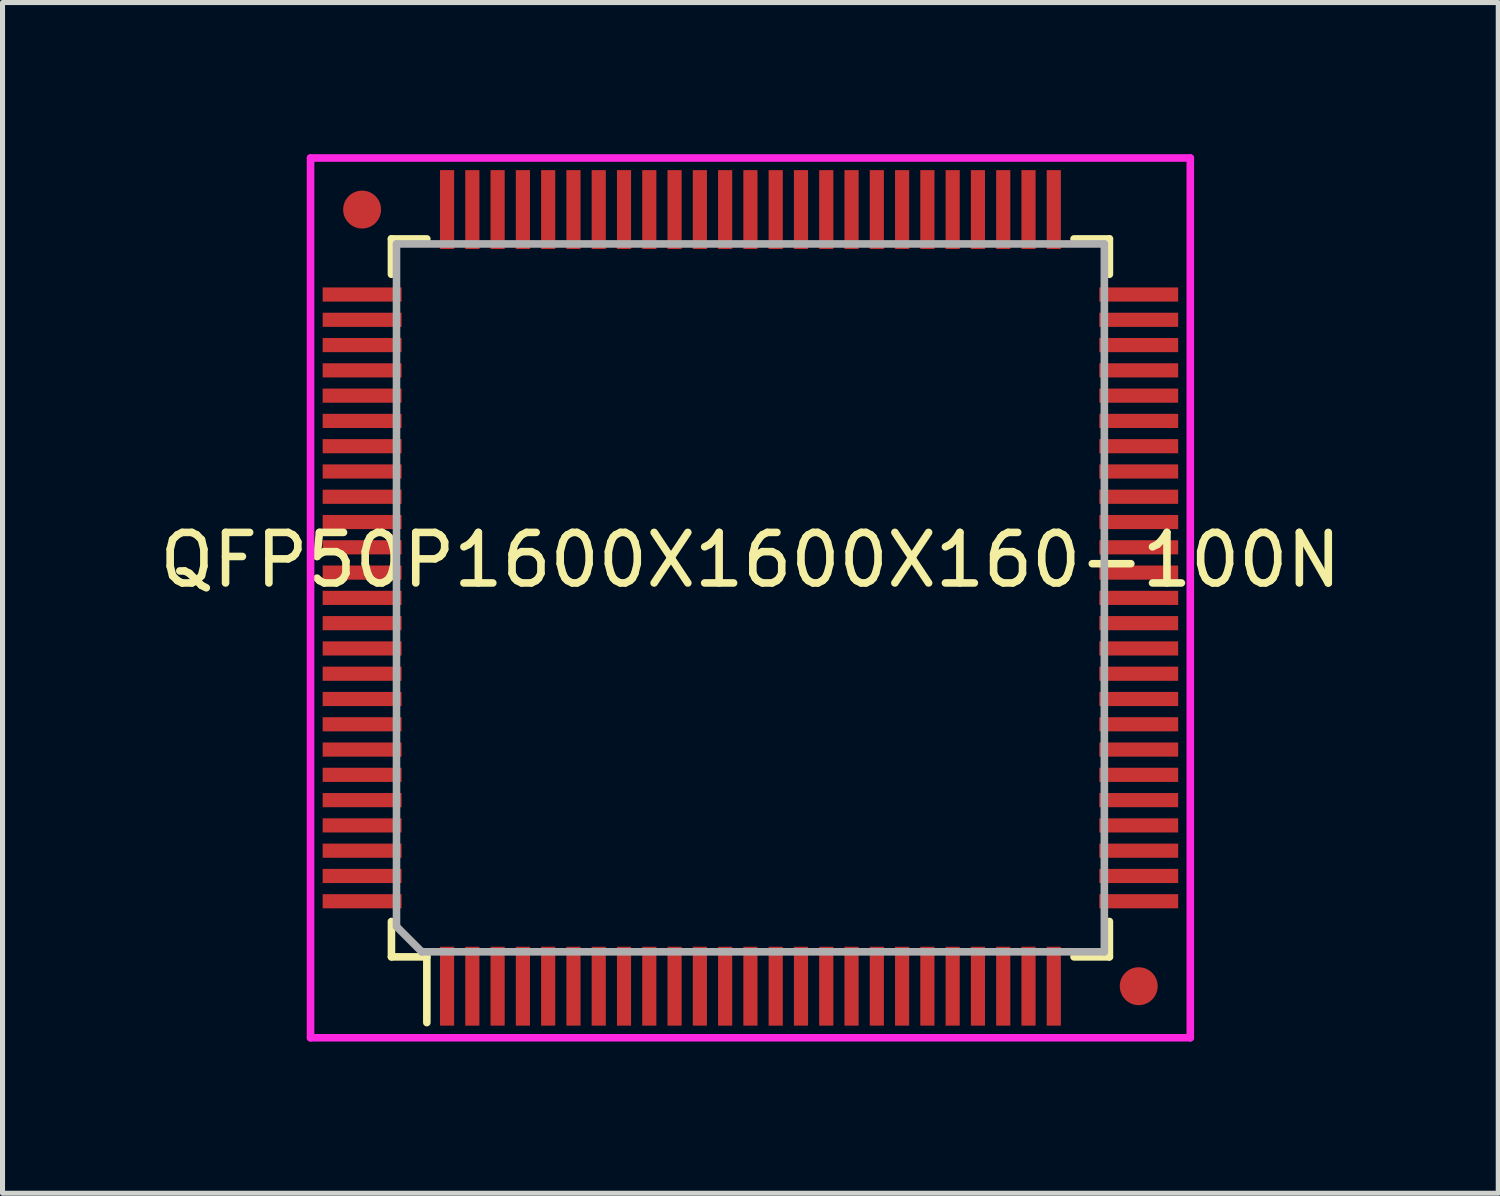
<source format=kicad_pcb>
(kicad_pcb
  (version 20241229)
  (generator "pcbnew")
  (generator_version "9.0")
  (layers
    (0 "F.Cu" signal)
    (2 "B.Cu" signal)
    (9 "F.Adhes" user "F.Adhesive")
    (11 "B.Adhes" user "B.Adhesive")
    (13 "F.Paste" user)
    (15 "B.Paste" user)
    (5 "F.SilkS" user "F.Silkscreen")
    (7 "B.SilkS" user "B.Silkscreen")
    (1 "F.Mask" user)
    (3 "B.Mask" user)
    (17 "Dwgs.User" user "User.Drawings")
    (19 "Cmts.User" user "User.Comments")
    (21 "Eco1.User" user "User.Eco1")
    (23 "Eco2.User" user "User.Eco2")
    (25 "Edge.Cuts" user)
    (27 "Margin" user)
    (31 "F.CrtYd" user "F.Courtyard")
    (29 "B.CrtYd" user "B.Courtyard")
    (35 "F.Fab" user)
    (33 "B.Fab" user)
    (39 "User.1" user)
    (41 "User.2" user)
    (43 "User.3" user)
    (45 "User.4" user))
  (footprint "QFP50P1600X1600X160-100N"
    (layer "F.Cu")
    (at 11.792 8.775)
    (property "Reference" "QFP50P1600X1600X160-100N" (at 0 -0.75 0) (layer "F.SilkS") (effects (font (size 1 1) (thickness 0.15))))
    (attr through_hole)
    (fp_line (start -7.1 -7.1) (end -7.1 -6.4) (stroke (width 0.15) (type solid)) (layer "F.SilkS"))
    (fp_line (start -7.1 6.4) (end -7.1 7.1) (stroke (width 0.15) (type solid)) (layer "F.SilkS"))
    (fp_line (start -7.1 7.1) (end -6.4 7.1) (stroke (width 0.15) (type solid)) (layer "F.SilkS"))
    (fp_line (start -6.4 -7.1) (end -7.1 -7.1) (stroke (width 0.15) (type solid)) (layer "F.SilkS"))
    (fp_line (start -6.4 7.1) (end -6.4 8.4) (stroke (width 0.15) (type solid)) (layer "F.SilkS"))
    (fp_line (start 6.4 -7.1) (end 7.1 -7.1) (stroke (width 0.15) (type solid)) (layer "F.SilkS"))
    (fp_line (start 6.4 7.1) (end 7.1 7.1) (stroke (width 0.15) (type solid)) (layer "F.SilkS"))
    (fp_line (start 7.1 -7.1) (end 7.1 -6.4) (stroke (width 0.15) (type solid)) (layer "F.SilkS"))
    (fp_line (start 7.1 7.1) (end 7.1 6.4) (stroke (width 0.15) (type solid)) (layer "F.SilkS"))
    (fp_line (start -8.7 -8.7) (end -8.7 8.7) (stroke (width 0.15) (type solid)) (layer "F.CrtYd"))
    (fp_line (start -8.7 8.7) (end 8.7 8.7) (stroke (width 0.15) (type solid)) (layer "F.CrtYd"))
    (fp_line (start 8.7 -8.7) (end -8.7 -8.7) (stroke (width 0.15) (type solid)) (layer "F.CrtYd"))
    (fp_line (start 8.7 8.7) (end 8.7 -8.7) (stroke (width 0.15) (type solid)) (layer "F.CrtYd"))
    (fp_line (start -7 -7) (end -7 6.5) (stroke (width 0.15) (type solid)) (layer "F.Fab"))
    (fp_line (start -7 6.5) (end -6.5 7) (stroke (width 0.15) (type solid)) (layer "F.Fab"))
    (fp_line (start -6.5 7) (end 7 7) (stroke (width 0.15) (type solid)) (layer "F.Fab"))
    (fp_line (start 7 -7) (end -7 -7) (stroke (width 0.15) (type solid)) (layer "F.Fab"))
    (fp_line (start 7 7) (end 7 -7) (stroke (width 0.15) (type solid)) (layer "F.Fab"))
    (pad "1" smd rect (at -6 7.68 90) (size 1.56 0.28) (layers "F.Cu" "F.Mask" "F.Paste"))
    (pad "2" smd rect (at -5.5 7.68 90) (size 1.56 0.28) (layers "F.Cu" "F.Mask" "F.Paste"))
    (pad "3" smd rect (at -5 7.68 90) (size 1.56 0.28) (layers "F.Cu" "F.Mask" "F.Paste"))
    (pad "4" smd rect (at -4.5 7.68 90) (size 1.56 0.28) (layers "F.Cu" "F.Mask" "F.Paste"))
    (pad "5" smd rect (at -4 7.68 90) (size 1.56 0.28) (layers "F.Cu" "F.Mask" "F.Paste"))
    (pad "6" smd rect (at -3.5 7.68 90) (size 1.56 0.28) (layers "F.Cu" "F.Mask" "F.Paste"))
    (pad "7" smd rect (at -3 7.68 90) (size 1.56 0.28) (layers "F.Cu" "F.Mask" "F.Paste"))
    (pad "8" smd rect (at -2.5 7.68 90) (size 1.56 0.28) (layers "F.Cu" "F.Mask" "F.Paste"))
    (pad "9" smd rect (at -2 7.68 90) (size 1.56 0.28) (layers "F.Cu" "F.Mask" "F.Paste"))
    (pad "10" smd rect (at -1.5 7.68 90) (size 1.56 0.28) (layers "F.Cu" "F.Mask" "F.Paste"))
    (pad "11" smd rect (at -1 7.68 90) (size 1.56 0.28) (layers "F.Cu" "F.Mask" "F.Paste"))
    (pad "12" smd rect (at -0.5 7.68 90) (size 1.56 0.28) (layers "F.Cu" "F.Mask" "F.Paste"))
    (pad "13" smd rect (at 0 7.68 90) (size 1.56 0.28) (layers "F.Cu" "F.Mask" "F.Paste"))
    (pad "14" smd rect (at 0.5 7.68 90) (size 1.56 0.28) (layers "F.Cu" "F.Mask" "F.Paste"))
    (pad "15" smd rect (at 1 7.68 90) (size 1.56 0.28) (layers "F.Cu" "F.Mask" "F.Paste"))
    (pad "16" smd rect (at 1.5 7.68 90) (size 1.56 0.28) (layers "F.Cu" "F.Mask" "F.Paste"))
    (pad "17" smd rect (at 2 7.68 90) (size 1.56 0.28) (layers "F.Cu" "F.Mask" "F.Paste"))
    (pad "18" smd rect (at 2.5 7.68 90) (size 1.56 0.28) (layers "F.Cu" "F.Mask" "F.Paste"))
    (pad "19" smd rect (at 3 7.68 90) (size 1.56 0.28) (layers "F.Cu" "F.Mask" "F.Paste"))
    (pad "20" smd rect (at 3.5 7.68 90) (size 1.56 0.28) (layers "F.Cu" "F.Mask" "F.Paste"))
    (pad "21" smd rect (at 4 7.68 90) (size 1.56 0.28) (layers "F.Cu" "F.Mask" "F.Paste"))
    (pad "22" smd rect (at 4.5 7.68 90) (size 1.56 0.28) (layers "F.Cu" "F.Mask" "F.Paste"))
    (pad "23" smd rect (at 5 7.68 90) (size 1.56 0.28) (layers "F.Cu" "F.Mask" "F.Paste"))
    (pad "24" smd rect (at 5.5 7.68 90) (size 1.56 0.28) (layers "F.Cu" "F.Mask" "F.Paste"))
    (pad "25" smd rect (at 6 7.68 90) (size 1.56 0.28) (layers "F.Cu" "F.Mask" "F.Paste"))
    (pad "26" smd rect (at 7.68 6) (size 1.56 0.28) (layers "F.Cu" "F.Mask" "F.Paste"))
    (pad "27" smd rect (at 7.68 5.5) (size 1.56 0.28) (layers "F.Cu" "F.Mask" "F.Paste"))
    (pad "28" smd rect (at 7.68 5) (size 1.56 0.28) (layers "F.Cu" "F.Mask" "F.Paste"))
    (pad "29" smd rect (at 7.68 4.5) (size 1.56 0.28) (layers "F.Cu" "F.Mask" "F.Paste"))
    (pad "30" smd rect (at 7.68 4) (size 1.56 0.28) (layers "F.Cu" "F.Mask" "F.Paste"))
    (pad "31" smd rect (at 7.68 3.5) (size 1.56 0.28) (layers "F.Cu" "F.Mask" "F.Paste"))
    (pad "32" smd rect (at 7.68 3) (size 1.56 0.28) (layers "F.Cu" "F.Mask" "F.Paste"))
    (pad "33" smd rect (at 7.68 2.5) (size 1.56 0.28) (layers "F.Cu" "F.Mask" "F.Paste"))
    (pad "34" smd rect (at 7.68 2) (size 1.56 0.28) (layers "F.Cu" "F.Mask" "F.Paste"))
    (pad "35" smd rect (at 7.68 1.5) (size 1.56 0.28) (layers "F.Cu" "F.Mask" "F.Paste"))
    (pad "36" smd rect (at 7.68 1) (size 1.56 0.28) (layers "F.Cu" "F.Mask" "F.Paste"))
    (pad "37" smd rect (at 7.68 0.5) (size 1.56 0.28) (layers "F.Cu" "F.Mask" "F.Paste"))
    (pad "38" smd rect (at 7.68 0) (size 1.56 0.28) (layers "F.Cu" "F.Mask" "F.Paste"))
    (pad "39" smd rect (at 7.68 -0.5) (size 1.56 0.28) (layers "F.Cu" "F.Mask" "F.Paste"))
    (pad "40" smd rect (at 7.68 -1) (size 1.56 0.28) (layers "F.Cu" "F.Mask" "F.Paste"))
    (pad "41" smd rect (at 7.68 -1.5) (size 1.56 0.28) (layers "F.Cu" "F.Mask" "F.Paste"))
    (pad "42" smd rect (at 7.68 -2) (size 1.56 0.28) (layers "F.Cu" "F.Mask" "F.Paste"))
    (pad "43" smd rect (at 7.68 -2.5) (size 1.56 0.28) (layers "F.Cu" "F.Mask" "F.Paste"))
    (pad "44" smd rect (at 7.68 -3) (size 1.56 0.28) (layers "F.Cu" "F.Mask" "F.Paste"))
    (pad "45" smd rect (at 7.68 -3.5) (size 1.56 0.28) (layers "F.Cu" "F.Mask" "F.Paste"))
    (pad "46" smd rect (at 7.68 -4) (size 1.56 0.28) (layers "F.Cu" "F.Mask" "F.Paste"))
    (pad "47" smd rect (at 7.68 -4.5) (size 1.56 0.28) (layers "F.Cu" "F.Mask" "F.Paste"))
    (pad "48" smd rect (at 7.68 -5) (size 1.56 0.28) (layers "F.Cu" "F.Mask" "F.Paste"))
    (pad "49" smd rect (at 7.68 -5.5) (size 1.56 0.28) (layers "F.Cu" "F.Mask" "F.Paste"))
    (pad "50" smd rect (at 7.68 -6) (size 1.56 0.28) (layers "F.Cu" "F.Mask" "F.Paste"))
    (pad "51" smd rect (at 6 -7.68 270) (size 1.56 0.28) (layers "F.Cu" "F.Mask" "F.Paste"))
    (pad "52" smd rect (at 5.5 -7.68 270) (size 1.56 0.28) (layers "F.Cu" "F.Mask" "F.Paste"))
    (pad "53" smd rect (at 5 -7.68 270) (size 1.56 0.28) (layers "F.Cu" "F.Mask" "F.Paste"))
    (pad "54" smd rect (at 4.5 -7.68 270) (size 1.56 0.28) (layers "F.Cu" "F.Mask" "F.Paste"))
    (pad "55" smd rect (at 4 -7.68 270) (size 1.56 0.28) (layers "F.Cu" "F.Mask" "F.Paste"))
    (pad "56" smd rect (at 3.5 -7.68 270) (size 1.56 0.28) (layers "F.Cu" "F.Mask" "F.Paste"))
    (pad "57" smd rect (at 3 -7.68 270) (size 1.56 0.28) (layers "F.Cu" "F.Mask" "F.Paste"))
    (pad "58" smd rect (at 2.5 -7.68 270) (size 1.56 0.28) (layers "F.Cu" "F.Mask" "F.Paste"))
    (pad "59" smd rect (at 2 -7.68 270) (size 1.56 0.28) (layers "F.Cu" "F.Mask" "F.Paste"))
    (pad "60" smd rect (at 1.5 -7.68 270) (size 1.56 0.28) (layers "F.Cu" "F.Mask" "F.Paste"))
    (pad "61" smd rect (at 1 -7.68 270) (size 1.56 0.28) (layers "F.Cu" "F.Mask" "F.Paste"))
    (pad "62" smd rect (at 0.5 -7.68 270) (size 1.56 0.28) (layers "F.Cu" "F.Mask" "F.Paste"))
    (pad "63" smd rect (at 0 -7.68 270) (size 1.56 0.28) (layers "F.Cu" "F.Mask" "F.Paste"))
    (pad "64" smd rect (at -0.5 -7.68 270) (size 1.56 0.28) (layers "F.Cu" "F.Mask" "F.Paste"))
    (pad "65" smd rect (at -1 -7.68 270) (size 1.56 0.28) (layers "F.Cu" "F.Mask" "F.Paste"))
    (pad "66" smd rect (at -1.5 -7.68 270) (size 1.56 0.28) (layers "F.Cu" "F.Mask" "F.Paste"))
    (pad "67" smd rect (at -2 -7.68 270) (size 1.56 0.28) (layers "F.Cu" "F.Mask" "F.Paste"))
    (pad "68" smd rect (at -2.5 -7.68 270) (size 1.56 0.28) (layers "F.Cu" "F.Mask" "F.Paste"))
    (pad "69" smd rect (at -3 -7.68 270) (size 1.56 0.28) (layers "F.Cu" "F.Mask" "F.Paste"))
    (pad "70" smd rect (at -3.5 -7.68 270) (size 1.56 0.28) (layers "F.Cu" "F.Mask" "F.Paste"))
    (pad "71" smd rect (at -4 -7.68 270) (size 1.56 0.28) (layers "F.Cu" "F.Mask" "F.Paste"))
    (pad "72" smd rect (at -4.5 -7.68 270) (size 1.56 0.28) (layers "F.Cu" "F.Mask" "F.Paste"))
    (pad "73" smd rect (at -5 -7.68 270) (size 1.56 0.28) (layers "F.Cu" "F.Mask" "F.Paste"))
    (pad "74" smd rect (at -5.5 -7.68 270) (size 1.56 0.28) (layers "F.Cu" "F.Mask" "F.Paste"))
    (pad "75" smd rect (at -6 -7.68 270) (size 1.56 0.28) (layers "F.Cu" "F.Mask" "F.Paste"))
    (pad "76" smd rect (at -7.68 -6 180) (size 1.56 0.28) (layers "F.Cu" "F.Mask" "F.Paste"))
    (pad "77" smd rect (at -7.68 -5.5 180) (size 1.56 0.28) (layers "F.Cu" "F.Mask" "F.Paste"))
    (pad "78" smd rect (at -7.68 -5 180) (size 1.56 0.28) (layers "F.Cu" "F.Mask" "F.Paste"))
    (pad "79" smd rect (at -7.68 -4.5 180) (size 1.56 0.28) (layers "F.Cu" "F.Mask" "F.Paste"))
    (pad "80" smd rect (at -7.68 -4 180) (size 1.56 0.28) (layers "F.Cu" "F.Mask" "F.Paste"))
    (pad "81" smd rect (at -7.68 -3.5 180) (size 1.56 0.28) (layers "F.Cu" "F.Mask" "F.Paste"))
    (pad "82" smd rect (at -7.68 -3 180) (size 1.56 0.28) (layers "F.Cu" "F.Mask" "F.Paste"))
    (pad "83" smd rect (at -7.68 -2.5 180) (size 1.56 0.28) (layers "F.Cu" "F.Mask" "F.Paste"))
    (pad "84" smd rect (at -7.68 -2 180) (size 1.56 0.28) (layers "F.Cu" "F.Mask" "F.Paste"))
    (pad "85" smd rect (at -7.68 -1.5 180) (size 1.56 0.28) (layers "F.Cu" "F.Mask" "F.Paste"))
    (pad "86" smd rect (at -7.68 -1 180) (size 1.56 0.28) (layers "F.Cu" "F.Mask" "F.Paste"))
    (pad "87" smd rect (at -7.68 -0.5 180) (size 1.56 0.28) (layers "F.Cu" "F.Mask" "F.Paste"))
    (pad "88" smd rect (at -7.68 0 180) (size 1.56 0.28) (layers "F.Cu" "F.Mask" "F.Paste"))
    (pad "89" smd rect (at -7.68 0.5 180) (size 1.56 0.28) (layers "F.Cu" "F.Mask" "F.Paste"))
    (pad "90" smd rect (at -7.68 1 180) (size 1.56 0.28) (layers "F.Cu" "F.Mask" "F.Paste"))
    (pad "91" smd rect (at -7.68 1.5 180) (size 1.56 0.28) (layers "F.Cu" "F.Mask" "F.Paste"))
    (pad "92" smd rect (at -7.68 2 180) (size 1.56 0.28) (layers "F.Cu" "F.Mask" "F.Paste"))
    (pad "93" smd rect (at -7.68 2.5 180) (size 1.56 0.28) (layers "F.Cu" "F.Mask" "F.Paste"))
    (pad "94" smd rect (at -7.68 3 180) (size 1.56 0.28) (layers "F.Cu" "F.Mask" "F.Paste"))
    (pad "95" smd rect (at -7.68 3.5 180) (size 1.56 0.28) (layers "F.Cu" "F.Mask" "F.Paste"))
    (pad "96" smd rect (at -7.68 4 180) (size 1.56 0.28) (layers "F.Cu" "F.Mask" "F.Paste"))
    (pad "97" smd rect (at -7.68 4.5 180) (size 1.56 0.28) (layers "F.Cu" "F.Mask" "F.Paste"))
    (pad "98" smd rect (at -7.68 5 180) (size 1.56 0.28) (layers "F.Cu" "F.Mask" "F.Paste"))
    (pad "99" smd rect (at -7.68 5.5 180) (size 1.56 0.28) (layers "F.Cu" "F.Mask" "F.Paste"))
    (pad "100" smd rect (at -7.68 6 180) (size 1.56 0.28) (layers "F.Cu" "F.Mask" "F.Paste"))
    (pad "FD1" smd circle (at 7.68 7.68 180) (size 0.75 0.75) (layers "F.Cu" "F.Mask"))
    (pad "FD2" smd circle (at -7.68 -7.68 180) (size 0.75 0.75) (layers "F.Cu" "F.Mask")))
  (gr_rect
    (start -3 -3)
    (end 26.583 20.55)
    (stroke (width 0.1) (type default))
    (fill no)
    (layer "Edge.Cuts")))
</source>
